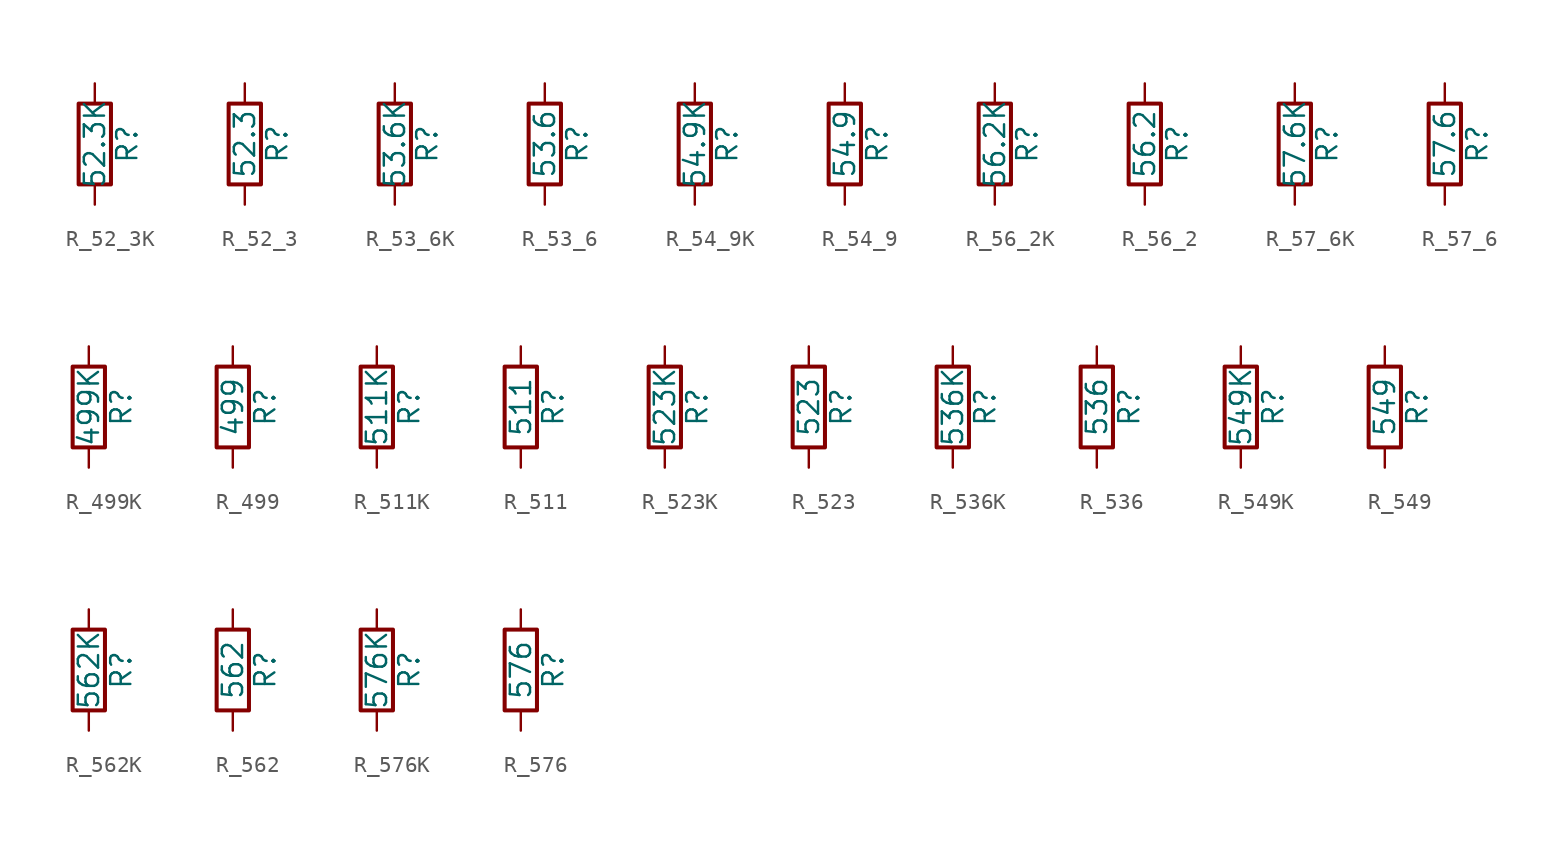
<source format=kicad_sym>
(kicad_symbol_lib
  (version 20211014)
  (generator atlantix-eda)
  (symbol "R_52_3K"
    (pin_numbers hide)
    (pin_names
      (offset 0))
    (property "Reference" "R"
      (at 2.032 0 90)
      (effects (font (size 1.27 1.27))))
    (property "Value" "52.3K"
      (at 0 0 90)
      (effects (font (size 1.27 1.27))))
    (symbol "R_52_3K_0_1"
      (rectangle (start -1.016 -2.54) (end 1.016 2.54) (stroke (width 0.254) (type default) (color 0 0 0 0)) (fill (type none))))
    (symbol "R_52_3K_1_1"
      (pin passive line (at 0 3.81 270) (length 1.27) (name "~" (effects (font (size 1.27 1.27)))) (number "1" (effects (font (size 1.27 1.27)))))
      (pin passive line (at 0 -3.81 90) (length 1.27) (name "~" (effects (font (size 1.27 1.27)))) (number "2" (effects (font (size 1.27 1.27)))))))
  (symbol "R_52_3"
    (pin_numbers hide)
    (pin_names
      (offset 0))
    (property "Reference" "R"
      (at 2.032 0 90)
      (effects (font (size 1.27 1.27))))
    (property "Value" "52.3"
      (at 0 0 90)
      (effects (font (size 1.27 1.27))))
    (symbol "R_52_3_0_1"
      (rectangle (start -1.016 -2.54) (end 1.016 2.54) (stroke (width 0.254) (type default) (color 0 0 0 0)) (fill (type none))))
    (symbol "R_52_3_1_1"
      (pin passive line (at 0 3.81 270) (length 1.27) (name "~" (effects (font (size 1.27 1.27)))) (number "1" (effects (font (size 1.27 1.27)))))
      (pin passive line (at 0 -3.81 90) (length 1.27) (name "~" (effects (font (size 1.27 1.27)))) (number "2" (effects (font (size 1.27 1.27)))))))
  (symbol "R_53_6K"
    (pin_numbers hide)
    (pin_names
      (offset 0))
    (property "Reference" "R"
      (at 2.032 0 90)
      (effects (font (size 1.27 1.27))))
    (property "Value" "53.6K"
      (at 0 0 90)
      (effects (font (size 1.27 1.27))))
    (symbol "R_53_6K_0_1"
      (rectangle (start -1.016 -2.54) (end 1.016 2.54) (stroke (width 0.254) (type default) (color 0 0 0 0)) (fill (type none))))
    (symbol "R_53_6K_1_1"
      (pin passive line (at 0 3.81 270) (length 1.27) (name "~" (effects (font (size 1.27 1.27)))) (number "1" (effects (font (size 1.27 1.27)))))
      (pin passive line (at 0 -3.81 90) (length 1.27) (name "~" (effects (font (size 1.27 1.27)))) (number "2" (effects (font (size 1.27 1.27)))))))
  (symbol "R_53_6"
    (pin_numbers hide)
    (pin_names
      (offset 0))
    (property "Reference" "R"
      (at 2.032 0 90)
      (effects (font (size 1.27 1.27))))
    (property "Value" "53.6"
      (at 0 0 90)
      (effects (font (size 1.27 1.27))))
    (symbol "R_53_6_0_1"
      (rectangle (start -1.016 -2.54) (end 1.016 2.54) (stroke (width 0.254) (type default) (color 0 0 0 0)) (fill (type none))))
    (symbol "R_53_6_1_1"
      (pin passive line (at 0 3.81 270) (length 1.27) (name "~" (effects (font (size 1.27 1.27)))) (number "1" (effects (font (size 1.27 1.27)))))
      (pin passive line (at 0 -3.81 90) (length 1.27) (name "~" (effects (font (size 1.27 1.27)))) (number "2" (effects (font (size 1.27 1.27)))))))
  (symbol "R_54_9K"
    (pin_numbers hide)
    (pin_names
      (offset 0))
    (property "Reference" "R"
      (at 2.032 0 90)
      (effects (font (size 1.27 1.27))))
    (property "Value" "54.9K"
      (at 0 0 90)
      (effects (font (size 1.27 1.27))))
    (symbol "R_54_9K_0_1"
      (rectangle (start -1.016 -2.54) (end 1.016 2.54) (stroke (width 0.254) (type default) (color 0 0 0 0)) (fill (type none))))
    (symbol "R_54_9K_1_1"
      (pin passive line (at 0 3.81 270) (length 1.27) (name "~" (effects (font (size 1.27 1.27)))) (number "1" (effects (font (size 1.27 1.27)))))
      (pin passive line (at 0 -3.81 90) (length 1.27) (name "~" (effects (font (size 1.27 1.27)))) (number "2" (effects (font (size 1.27 1.27)))))))
  (symbol "R_54_9"
    (pin_numbers hide)
    (pin_names
      (offset 0))
    (property "Reference" "R"
      (at 2.032 0 90)
      (effects (font (size 1.27 1.27))))
    (property "Value" "54.9"
      (at 0 0 90)
      (effects (font (size 1.27 1.27))))
    (symbol "R_54_9_0_1"
      (rectangle (start -1.016 -2.54) (end 1.016 2.54) (stroke (width 0.254) (type default) (color 0 0 0 0)) (fill (type none))))
    (symbol "R_54_9_1_1"
      (pin passive line (at 0 3.81 270) (length 1.27) (name "~" (effects (font (size 1.27 1.27)))) (number "1" (effects (font (size 1.27 1.27)))))
      (pin passive line (at 0 -3.81 90) (length 1.27) (name "~" (effects (font (size 1.27 1.27)))) (number "2" (effects (font (size 1.27 1.27)))))))
  (symbol "R_56_2K"
    (pin_numbers hide)
    (pin_names
      (offset 0))
    (property "Reference" "R"
      (at 2.032 0 90)
      (effects (font (size 1.27 1.27))))
    (property "Value" "56.2K"
      (at 0 0 90)
      (effects (font (size 1.27 1.27))))
    (symbol "R_56_2K_0_1"
      (rectangle (start -1.016 -2.54) (end 1.016 2.54) (stroke (width 0.254) (type default) (color 0 0 0 0)) (fill (type none))))
    (symbol "R_56_2K_1_1"
      (pin passive line (at 0 3.81 270) (length 1.27) (name "~" (effects (font (size 1.27 1.27)))) (number "1" (effects (font (size 1.27 1.27)))))
      (pin passive line (at 0 -3.81 90) (length 1.27) (name "~" (effects (font (size 1.27 1.27)))) (number "2" (effects (font (size 1.27 1.27)))))))
  (symbol "R_56_2"
    (pin_numbers hide)
    (pin_names
      (offset 0))
    (property "Reference" "R"
      (at 2.032 0 90)
      (effects (font (size 1.27 1.27))))
    (property "Value" "56.2"
      (at 0 0 90)
      (effects (font (size 1.27 1.27))))
    (symbol "R_56_2_0_1"
      (rectangle (start -1.016 -2.54) (end 1.016 2.54) (stroke (width 0.254) (type default) (color 0 0 0 0)) (fill (type none))))
    (symbol "R_56_2_1_1"
      (pin passive line (at 0 3.81 270) (length 1.27) (name "~" (effects (font (size 1.27 1.27)))) (number "1" (effects (font (size 1.27 1.27)))))
      (pin passive line (at 0 -3.81 90) (length 1.27) (name "~" (effects (font (size 1.27 1.27)))) (number "2" (effects (font (size 1.27 1.27)))))))
  (symbol "R_57_6K"
    (pin_numbers hide)
    (pin_names
      (offset 0))
    (property "Reference" "R"
      (at 2.032 0 90)
      (effects (font (size 1.27 1.27))))
    (property "Value" "57.6K"
      (at 0 0 90)
      (effects (font (size 1.27 1.27))))
    (symbol "R_57_6K_0_1"
      (rectangle (start -1.016 -2.54) (end 1.016 2.54) (stroke (width 0.254) (type default) (color 0 0 0 0)) (fill (type none))))
    (symbol "R_57_6K_1_1"
      (pin passive line (at 0 3.81 270) (length 1.27) (name "~" (effects (font (size 1.27 1.27)))) (number "1" (effects (font (size 1.27 1.27)))))
      (pin passive line (at 0 -3.81 90) (length 1.27) (name "~" (effects (font (size 1.27 1.27)))) (number "2" (effects (font (size 1.27 1.27)))))))
  (symbol "R_57_6"
    (pin_numbers hide)
    (pin_names
      (offset 0))
    (property "Reference" "R"
      (at 2.032 0 90)
      (effects (font (size 1.27 1.27))))
    (property "Value" "57.6"
      (at 0 0 90)
      (effects (font (size 1.27 1.27))))
    (symbol "R_57_6_0_1"
      (rectangle (start -1.016 -2.54) (end 1.016 2.54) (stroke (width 0.254) (type default) (color 0 0 0 0)) (fill (type none))))
    (symbol "R_57_6_1_1"
      (pin passive line (at 0 3.81 270) (length 1.27) (name "~" (effects (font (size 1.27 1.27)))) (number "1" (effects (font (size 1.27 1.27)))))
      (pin passive line (at 0 -3.81 90) (length 1.27) (name "~" (effects (font (size 1.27 1.27)))) (number "2" (effects (font (size 1.27 1.27)))))))
  (symbol "R_499K"
    (pin_numbers hide)
    (pin_names
      (offset 0))
    (property "Reference" "R"
      (at 2.032 0 90)
      (effects (font (size 1.27 1.27))))
    (property "Value" "499K"
      (at 0 0 90)
      (effects (font (size 1.27 1.27))))
    (symbol "R_499K_0_1"
      (rectangle (start -1.016 -2.54) (end 1.016 2.54) (stroke (width 0.254) (type default) (color 0 0 0 0)) (fill (type none))))
    (symbol "R_499K_1_1"
      (pin passive line (at 0 3.81 270) (length 1.27) (name "~" (effects (font (size 1.27 1.27)))) (number "1" (effects (font (size 1.27 1.27)))))
      (pin passive line (at 0 -3.81 90) (length 1.27) (name "~" (effects (font (size 1.27 1.27)))) (number "2" (effects (font (size 1.27 1.27)))))))
  (symbol "R_499"
    (pin_numbers hide)
    (pin_names
      (offset 0))
    (property "Reference" "R"
      (at 2.032 0 90)
      (effects (font (size 1.27 1.27))))
    (property "Value" "499"
      (at 0 0 90)
      (effects (font (size 1.27 1.27))))
    (symbol "R_499_0_1"
      (rectangle (start -1.016 -2.54) (end 1.016 2.54) (stroke (width 0.254) (type default) (color 0 0 0 0)) (fill (type none))))
    (symbol "R_499_1_1"
      (pin passive line (at 0 3.81 270) (length 1.27) (name "~" (effects (font (size 1.27 1.27)))) (number "1" (effects (font (size 1.27 1.27)))))
      (pin passive line (at 0 -3.81 90) (length 1.27) (name "~" (effects (font (size 1.27 1.27)))) (number "2" (effects (font (size 1.27 1.27)))))))
  (symbol "R_511K"
    (pin_numbers hide)
    (pin_names
      (offset 0))
    (property "Reference" "R"
      (at 2.032 0 90)
      (effects (font (size 1.27 1.27))))
    (property "Value" "511K"
      (at 0 0 90)
      (effects (font (size 1.27 1.27))))
    (symbol "R_511K_0_1"
      (rectangle (start -1.016 -2.54) (end 1.016 2.54) (stroke (width 0.254) (type default) (color 0 0 0 0)) (fill (type none))))
    (symbol "R_511K_1_1"
      (pin passive line (at 0 3.81 270) (length 1.27) (name "~" (effects (font (size 1.27 1.27)))) (number "1" (effects (font (size 1.27 1.27)))))
      (pin passive line (at 0 -3.81 90) (length 1.27) (name "~" (effects (font (size 1.27 1.27)))) (number "2" (effects (font (size 1.27 1.27)))))))
  (symbol "R_511"
    (pin_numbers hide)
    (pin_names
      (offset 0))
    (property "Reference" "R"
      (at 2.032 0 90)
      (effects (font (size 1.27 1.27))))
    (property "Value" "511"
      (at 0 0 90)
      (effects (font (size 1.27 1.27))))
    (symbol "R_511_0_1"
      (rectangle (start -1.016 -2.54) (end 1.016 2.54) (stroke (width 0.254) (type default) (color 0 0 0 0)) (fill (type none))))
    (symbol "R_511_1_1"
      (pin passive line (at 0 3.81 270) (length 1.27) (name "~" (effects (font (size 1.27 1.27)))) (number "1" (effects (font (size 1.27 1.27)))))
      (pin passive line (at 0 -3.81 90) (length 1.27) (name "~" (effects (font (size 1.27 1.27)))) (number "2" (effects (font (size 1.27 1.27)))))))
  (symbol "R_523K"
    (pin_numbers hide)
    (pin_names
      (offset 0))
    (property "Reference" "R"
      (at 2.032 0 90)
      (effects (font (size 1.27 1.27))))
    (property "Value" "523K"
      (at 0 0 90)
      (effects (font (size 1.27 1.27))))
    (symbol "R_523K_0_1"
      (rectangle (start -1.016 -2.54) (end 1.016 2.54) (stroke (width 0.254) (type default) (color 0 0 0 0)) (fill (type none))))
    (symbol "R_523K_1_1"
      (pin passive line (at 0 3.81 270) (length 1.27) (name "~" (effects (font (size 1.27 1.27)))) (number "1" (effects (font (size 1.27 1.27)))))
      (pin passive line (at 0 -3.81 90) (length 1.27) (name "~" (effects (font (size 1.27 1.27)))) (number "2" (effects (font (size 1.27 1.27)))))))
  (symbol "R_523"
    (pin_numbers hide)
    (pin_names
      (offset 0))
    (property "Reference" "R"
      (at 2.032 0 90)
      (effects (font (size 1.27 1.27))))
    (property "Value" "523"
      (at 0 0 90)
      (effects (font (size 1.27 1.27))))
    (symbol "R_523_0_1"
      (rectangle (start -1.016 -2.54) (end 1.016 2.54) (stroke (width 0.254) (type default) (color 0 0 0 0)) (fill (type none))))
    (symbol "R_523_1_1"
      (pin passive line (at 0 3.81 270) (length 1.27) (name "~" (effects (font (size 1.27 1.27)))) (number "1" (effects (font (size 1.27 1.27)))))
      (pin passive line (at 0 -3.81 90) (length 1.27) (name "~" (effects (font (size 1.27 1.27)))) (number "2" (effects (font (size 1.27 1.27)))))))
  (symbol "R_536K"
    (pin_numbers hide)
    (pin_names
      (offset 0))
    (property "Reference" "R"
      (at 2.032 0 90)
      (effects (font (size 1.27 1.27))))
    (property "Value" "536K"
      (at 0 0 90)
      (effects (font (size 1.27 1.27))))
    (symbol "R_536K_0_1"
      (rectangle (start -1.016 -2.54) (end 1.016 2.54) (stroke (width 0.254) (type default) (color 0 0 0 0)) (fill (type none))))
    (symbol "R_536K_1_1"
      (pin passive line (at 0 3.81 270) (length 1.27) (name "~" (effects (font (size 1.27 1.27)))) (number "1" (effects (font (size 1.27 1.27)))))
      (pin passive line (at 0 -3.81 90) (length 1.27) (name "~" (effects (font (size 1.27 1.27)))) (number "2" (effects (font (size 1.27 1.27)))))))
  (symbol "R_536"
    (pin_numbers hide)
    (pin_names
      (offset 0))
    (property "Reference" "R"
      (at 2.032 0 90)
      (effects (font (size 1.27 1.27))))
    (property "Value" "536"
      (at 0 0 90)
      (effects (font (size 1.27 1.27))))
    (symbol "R_536_0_1"
      (rectangle (start -1.016 -2.54) (end 1.016 2.54) (stroke (width 0.254) (type default) (color 0 0 0 0)) (fill (type none))))
    (symbol "R_536_1_1"
      (pin passive line (at 0 3.81 270) (length 1.27) (name "~" (effects (font (size 1.27 1.27)))) (number "1" (effects (font (size 1.27 1.27)))))
      (pin passive line (at 0 -3.81 90) (length 1.27) (name "~" (effects (font (size 1.27 1.27)))) (number "2" (effects (font (size 1.27 1.27)))))))
  (symbol "R_549K"
    (pin_numbers hide)
    (pin_names
      (offset 0))
    (property "Reference" "R"
      (at 2.032 0 90)
      (effects (font (size 1.27 1.27))))
    (property "Value" "549K"
      (at 0 0 90)
      (effects (font (size 1.27 1.27))))
    (symbol "R_549K_0_1"
      (rectangle (start -1.016 -2.54) (end 1.016 2.54) (stroke (width 0.254) (type default) (color 0 0 0 0)) (fill (type none))))
    (symbol "R_549K_1_1"
      (pin passive line (at 0 3.81 270) (length 1.27) (name "~" (effects (font (size 1.27 1.27)))) (number "1" (effects (font (size 1.27 1.27)))))
      (pin passive line (at 0 -3.81 90) (length 1.27) (name "~" (effects (font (size 1.27 1.27)))) (number "2" (effects (font (size 1.27 1.27)))))))
  (symbol "R_549"
    (pin_numbers hide)
    (pin_names
      (offset 0))
    (property "Reference" "R"
      (at 2.032 0 90)
      (effects (font (size 1.27 1.27))))
    (property "Value" "549"
      (at 0 0 90)
      (effects (font (size 1.27 1.27))))
    (symbol "R_549_0_1"
      (rectangle (start -1.016 -2.54) (end 1.016 2.54) (stroke (width 0.254) (type default) (color 0 0 0 0)) (fill (type none))))
    (symbol "R_549_1_1"
      (pin passive line (at 0 3.81 270) (length 1.27) (name "~" (effects (font (size 1.27 1.27)))) (number "1" (effects (font (size 1.27 1.27)))))
      (pin passive line (at 0 -3.81 90) (length 1.27) (name "~" (effects (font (size 1.27 1.27)))) (number "2" (effects (font (size 1.27 1.27)))))))
  (symbol "R_562K"
    (pin_numbers hide)
    (pin_names
      (offset 0))
    (property "Reference" "R"
      (at 2.032 0 90)
      (effects (font (size 1.27 1.27))))
    (property "Value" "562K"
      (at 0 0 90)
      (effects (font (size 1.27 1.27))))
    (symbol "R_562K_0_1"
      (rectangle (start -1.016 -2.54) (end 1.016 2.54) (stroke (width 0.254) (type default) (color 0 0 0 0)) (fill (type none))))
    (symbol "R_562K_1_1"
      (pin passive line (at 0 3.81 270) (length 1.27) (name "~" (effects (font (size 1.27 1.27)))) (number "1" (effects (font (size 1.27 1.27)))))
      (pin passive line (at 0 -3.81 90) (length 1.27) (name "~" (effects (font (size 1.27 1.27)))) (number "2" (effects (font (size 1.27 1.27)))))))
  (symbol "R_562"
    (pin_numbers hide)
    (pin_names
      (offset 0))
    (property "Reference" "R"
      (at 2.032 0 90)
      (effects (font (size 1.27 1.27))))
    (property "Value" "562"
      (at 0 0 90)
      (effects (font (size 1.27 1.27))))
    (symbol "R_562_0_1"
      (rectangle (start -1.016 -2.54) (end 1.016 2.54) (stroke (width 0.254) (type default) (color 0 0 0 0)) (fill (type none))))
    (symbol "R_562_1_1"
      (pin passive line (at 0 3.81 270) (length 1.27) (name "~" (effects (font (size 1.27 1.27)))) (number "1" (effects (font (size 1.27 1.27)))))
      (pin passive line (at 0 -3.81 90) (length 1.27) (name "~" (effects (font (size 1.27 1.27)))) (number "2" (effects (font (size 1.27 1.27)))))))
  (symbol "R_576K"
    (pin_numbers hide)
    (pin_names
      (offset 0))
    (property "Reference" "R"
      (at 2.032 0 90)
      (effects (font (size 1.27 1.27))))
    (property "Value" "576K"
      (at 0 0 90)
      (effects (font (size 1.27 1.27))))
    (symbol "R_576K_0_1"
      (rectangle (start -1.016 -2.54) (end 1.016 2.54) (stroke (width 0.254) (type default) (color 0 0 0 0)) (fill (type none))))
    (symbol "R_576K_1_1"
      (pin passive line (at 0 3.81 270) (length 1.27) (name "~" (effects (font (size 1.27 1.27)))) (number "1" (effects (font (size 1.27 1.27)))))
      (pin passive line (at 0 -3.81 90) (length 1.27) (name "~" (effects (font (size 1.27 1.27)))) (number "2" (effects (font (size 1.27 1.27)))))))
  (symbol "R_576"
    (pin_numbers hide)
    (pin_names
      (offset 0))
    (property "Reference" "R"
      (at 2.032 0 90)
      (effects (font (size 1.27 1.27))))
    (property "Value" "576"
      (at 0 0 90)
      (effects (font (size 1.27 1.27))))
    (symbol "R_576_0_1"
      (rectangle (start -1.016 -2.54) (end 1.016 2.54) (stroke (width 0.254) (type default) (color 0 0 0 0)) (fill (type none))))
    (symbol "R_576_1_1"
      (pin passive line (at 0 3.81 270) (length 1.27) (name "~" (effects (font (size 1.27 1.27)))) (number "1" (effects (font (size 1.27 1.27)))))
      (pin passive line (at 0 -3.81 90) (length 1.27) (name "~" (effects (font (size 1.27 1.27)))) (number "2" (effects (font (size 1.27 1.27))))))))
</source>
